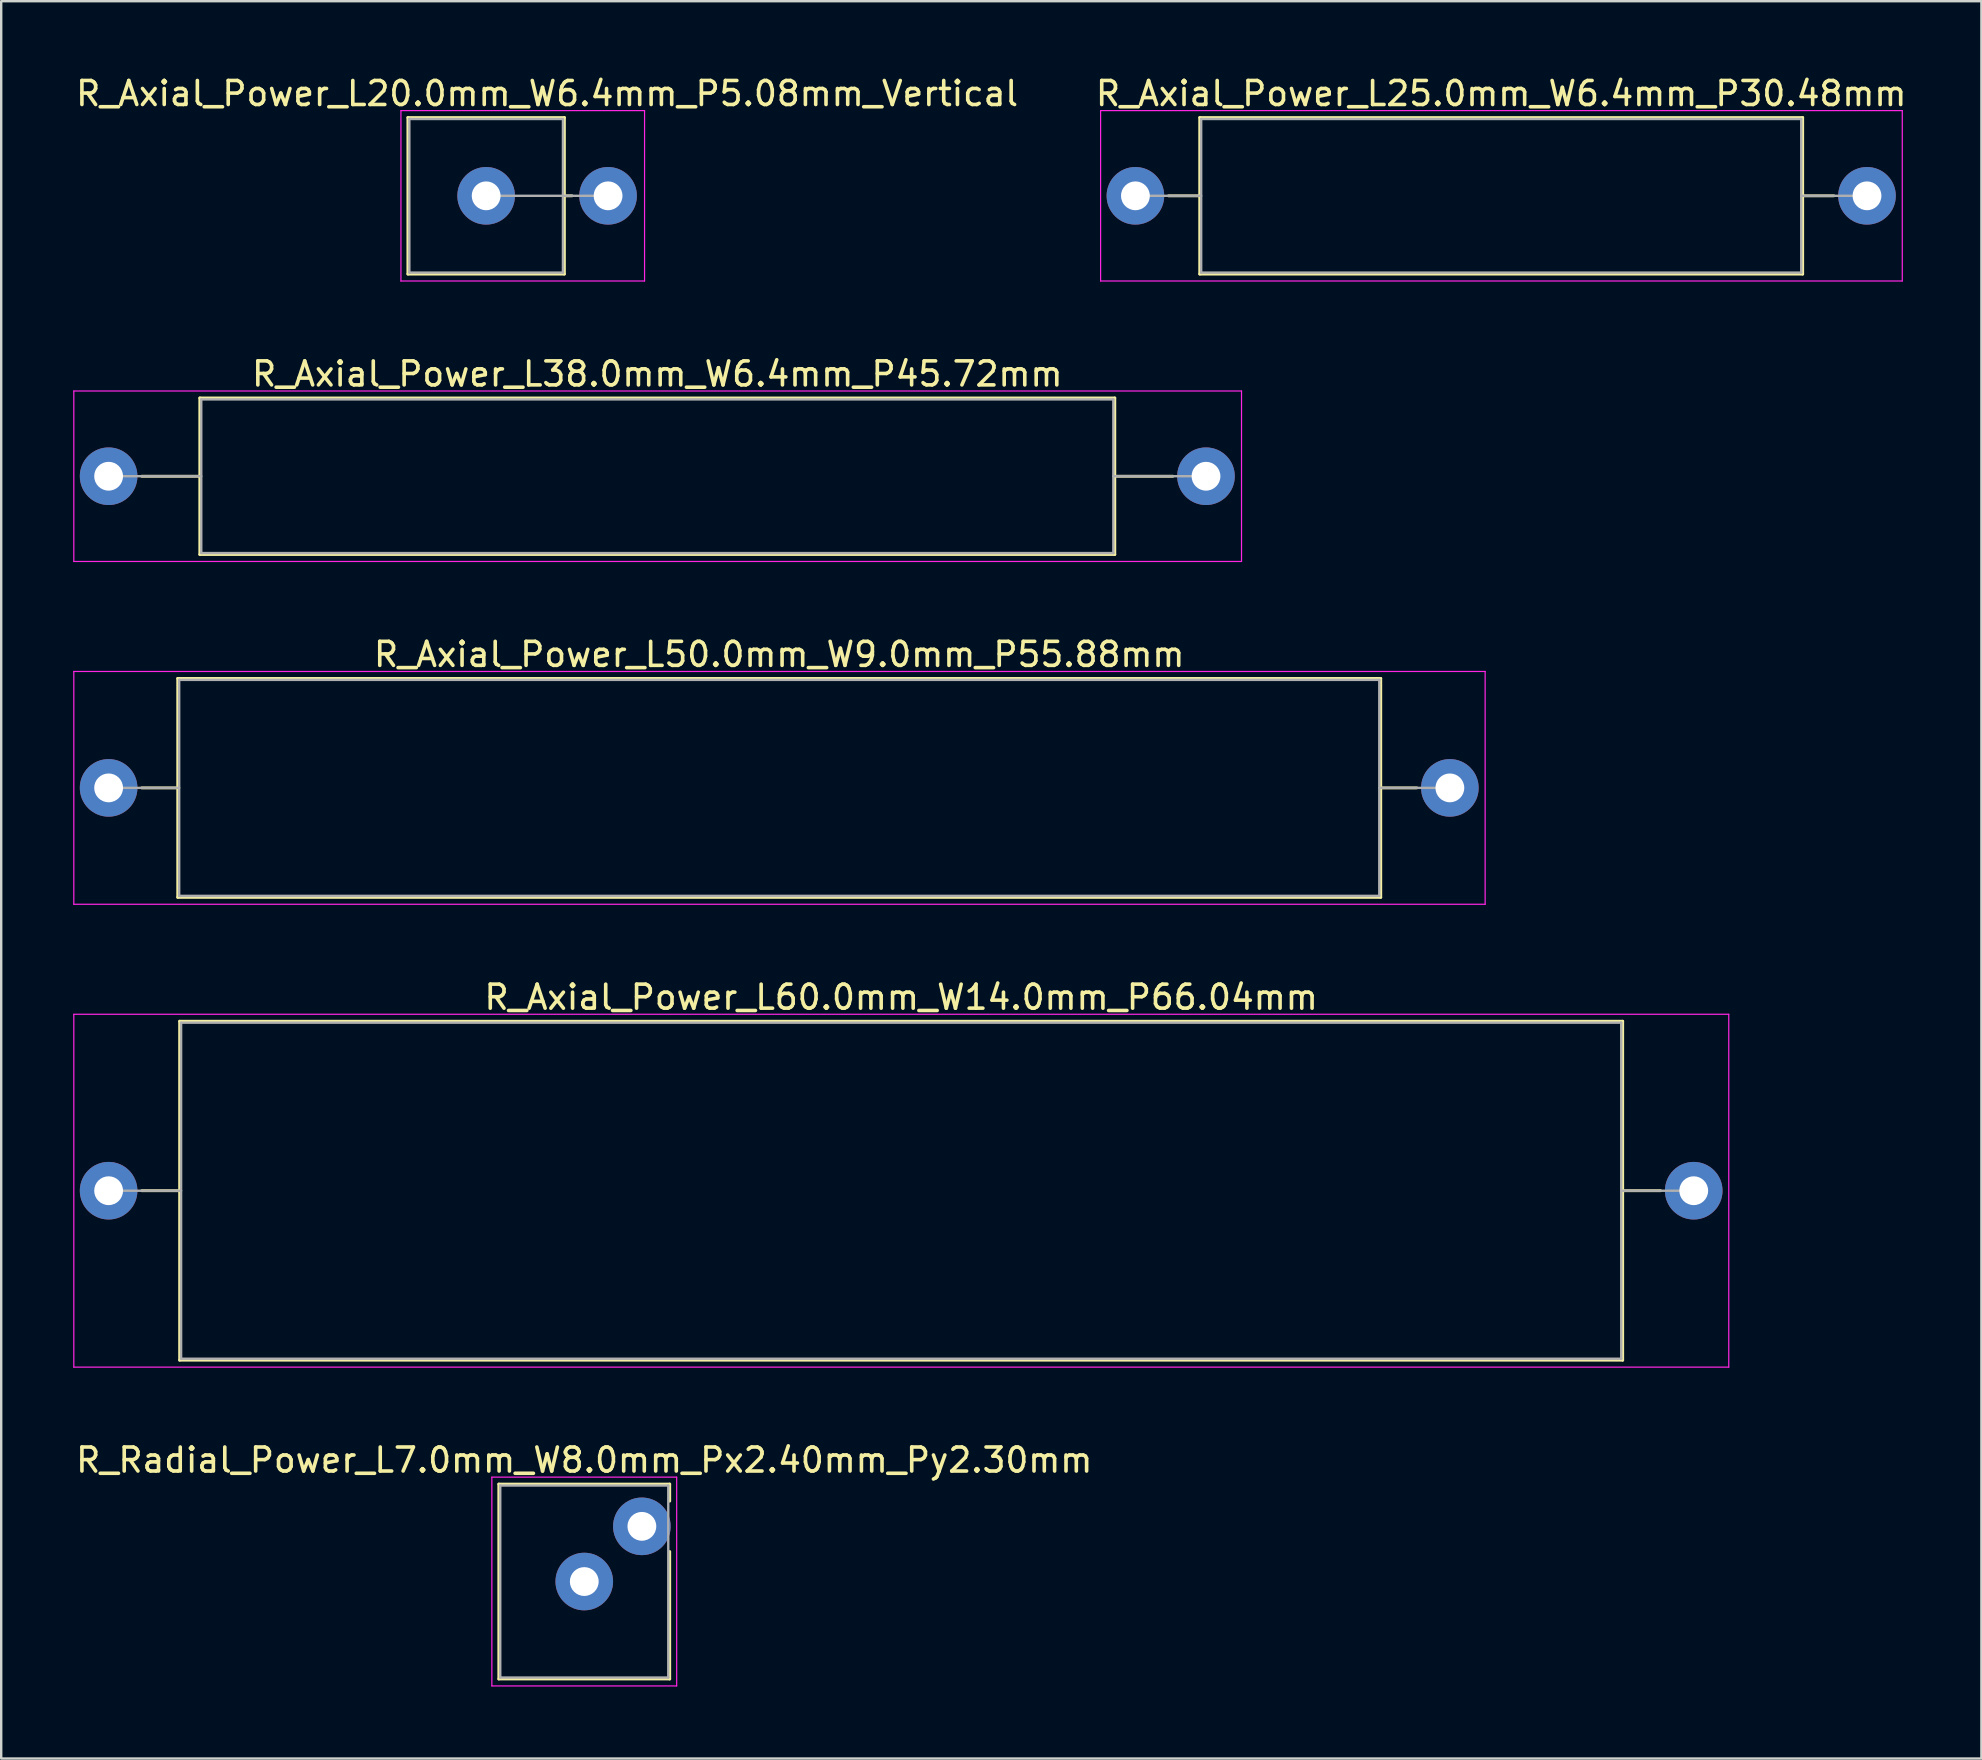
<source format=kicad_pcb>
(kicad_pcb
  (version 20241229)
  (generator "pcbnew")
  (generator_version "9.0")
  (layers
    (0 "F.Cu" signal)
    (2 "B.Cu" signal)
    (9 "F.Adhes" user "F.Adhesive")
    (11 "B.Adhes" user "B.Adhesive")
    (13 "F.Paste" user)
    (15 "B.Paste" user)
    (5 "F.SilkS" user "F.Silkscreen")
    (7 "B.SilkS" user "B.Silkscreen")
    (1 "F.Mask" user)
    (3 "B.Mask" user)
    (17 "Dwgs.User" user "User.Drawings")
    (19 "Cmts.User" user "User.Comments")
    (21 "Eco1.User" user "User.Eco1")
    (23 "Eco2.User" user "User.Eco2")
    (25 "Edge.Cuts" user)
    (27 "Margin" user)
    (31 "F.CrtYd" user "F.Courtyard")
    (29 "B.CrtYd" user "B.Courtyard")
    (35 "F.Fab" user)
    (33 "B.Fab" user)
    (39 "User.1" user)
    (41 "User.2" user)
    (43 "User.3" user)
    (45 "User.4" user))
  (footprint "R_Axial_Power_L25.0mm_W6.4mm_P30.48mm"
    (layer "F.Cu")
    (at 44.254 5.108)
    (property "Reference" "R_Axial_Power_L25.0mm_W6.4mm_P30.48mm" (at 15.24 -4.26 0) (layer "F.SilkS") (effects (font (size 1 1) (thickness 0.15))))
    (attr through_hole)
    (fp_line (start 1.38 0) (end 2.68 0) (stroke (width 0.12) (type solid)) (layer "F.SilkS"))
    (fp_line (start 2.68 -3.26) (end 2.68 3.26) (stroke (width 0.12) (type solid)) (layer "F.SilkS"))
    (fp_line (start 2.68 3.26) (end 27.8 3.26) (stroke (width 0.12) (type solid)) (layer "F.SilkS"))
    (fp_line (start 27.8 -3.26) (end 2.68 -3.26) (stroke (width 0.12) (type solid)) (layer "F.SilkS"))
    (fp_line (start 27.8 3.26) (end 27.8 -3.26) (stroke (width 0.12) (type solid)) (layer "F.SilkS"))
    (fp_line (start 29.1 0) (end 27.8 0) (stroke (width 0.12) (type solid)) (layer "F.SilkS"))
    (fp_line (start -1.45 -3.55) (end -1.45 3.55) (stroke (width 0.05) (type solid)) (layer "F.CrtYd"))
    (fp_line (start -1.45 3.55) (end 31.95 3.55) (stroke (width 0.05) (type solid)) (layer "F.CrtYd"))
    (fp_line (start 31.95 -3.55) (end -1.45 -3.55) (stroke (width 0.05) (type solid)) (layer "F.CrtYd"))
    (fp_line (start 31.95 3.55) (end 31.95 -3.55) (stroke (width 0.05) (type solid)) (layer "F.CrtYd"))
    (fp_line (start 0 0) (end 2.74 0) (stroke (width 0.1) (type solid)) (layer "F.Fab"))
    (fp_line (start 2.74 -3.2) (end 2.74 3.2) (stroke (width 0.1) (type solid)) (layer "F.Fab"))
    (fp_line (start 2.74 3.2) (end 27.74 3.2) (stroke (width 0.1) (type solid)) (layer "F.Fab"))
    (fp_line (start 27.74 -3.2) (end 2.74 -3.2) (stroke (width 0.1) (type solid)) (layer "F.Fab"))
    (fp_line (start 27.74 3.2) (end 27.74 -3.2) (stroke (width 0.1) (type solid)) (layer "F.Fab"))
    (fp_line (start 30.48 0) (end 27.74 0) (stroke (width 0.1) (type solid)) (layer "F.Fab"))
    (pad "1" thru_hole circle (at 0 0) (size 2.4 2.4) (drill 1.2) (layers "*.Cu" "*.Mask"))
    (pad "2" thru_hole oval (at 30.48 0) (size 2.4 2.4) (drill 1.2) (layers "*.Cu" "*.Mask")))
  (footprint "R_Axial_Power_L50.0mm_W9.0mm_P55.88mm"
    (layer "F.Cu")
    (at 1.475 29.775)
    (property "Reference" "R_Axial_Power_L50.0mm_W9.0mm_P55.88mm" (at 27.94 -5.56 0) (layer "F.SilkS") (effects (font (size 1 1) (thickness 0.15))))
    (attr through_hole)
    (fp_line (start 1.38 0) (end 2.88 0) (stroke (width 0.12) (type solid)) (layer "F.SilkS"))
    (fp_line (start 2.88 -4.56) (end 2.88 4.56) (stroke (width 0.12) (type solid)) (layer "F.SilkS"))
    (fp_line (start 2.88 4.56) (end 53 4.56) (stroke (width 0.12) (type solid)) (layer "F.SilkS"))
    (fp_line (start 53 -4.56) (end 2.88 -4.56) (stroke (width 0.12) (type solid)) (layer "F.SilkS"))
    (fp_line (start 53 4.56) (end 53 -4.56) (stroke (width 0.12) (type solid)) (layer "F.SilkS"))
    (fp_line (start 54.5 0) (end 53 0) (stroke (width 0.12) (type solid)) (layer "F.SilkS"))
    (fp_line (start -1.45 -4.85) (end -1.45 4.85) (stroke (width 0.05) (type solid)) (layer "F.CrtYd"))
    (fp_line (start -1.45 4.85) (end 57.35 4.85) (stroke (width 0.05) (type solid)) (layer "F.CrtYd"))
    (fp_line (start 57.35 -4.85) (end -1.45 -4.85) (stroke (width 0.05) (type solid)) (layer "F.CrtYd"))
    (fp_line (start 57.35 4.85) (end 57.35 -4.85) (stroke (width 0.05) (type solid)) (layer "F.CrtYd"))
    (fp_line (start 0 0) (end 2.94 0) (stroke (width 0.1) (type solid)) (layer "F.Fab"))
    (fp_line (start 2.94 -4.5) (end 2.94 4.5) (stroke (width 0.1) (type solid)) (layer "F.Fab"))
    (fp_line (start 2.94 4.5) (end 52.94 4.5) (stroke (width 0.1) (type solid)) (layer "F.Fab"))
    (fp_line (start 52.94 -4.5) (end 2.94 -4.5) (stroke (width 0.1) (type solid)) (layer "F.Fab"))
    (fp_line (start 52.94 4.5) (end 52.94 -4.5) (stroke (width 0.1) (type solid)) (layer "F.Fab"))
    (fp_line (start 55.88 0) (end 52.94 0) (stroke (width 0.1) (type solid)) (layer "F.Fab"))
    (pad "1" thru_hole circle (at 0 0) (size 2.4 2.4) (drill 1.2) (layers "*.Cu" "*.Mask"))
    (pad "2" thru_hole oval (at 55.88 0) (size 2.4 2.4) (drill 1.2) (layers "*.Cu" "*.Mask")))
  (footprint "R_Axial_Power_L38.0mm_W6.4mm_P45.72mm"
    (layer "F.Cu")
    (at 1.475 16.791)
    (property "Reference" "R_Axial_Power_L38.0mm_W6.4mm_P45.72mm" (at 22.86 -4.26 0) (layer "F.SilkS") (effects (font (size 1 1) (thickness 0.15))))
    (attr through_hole)
    (fp_line (start 1.38 0) (end 3.8 0) (stroke (width 0.12) (type solid)) (layer "F.SilkS"))
    (fp_line (start 3.8 -3.26) (end 3.8 3.26) (stroke (width 0.12) (type solid)) (layer "F.SilkS"))
    (fp_line (start 3.8 3.26) (end 41.92 3.26) (stroke (width 0.12) (type solid)) (layer "F.SilkS"))
    (fp_line (start 41.92 -3.26) (end 3.8 -3.26) (stroke (width 0.12) (type solid)) (layer "F.SilkS"))
    (fp_line (start 41.92 3.26) (end 41.92 -3.26) (stroke (width 0.12) (type solid)) (layer "F.SilkS"))
    (fp_line (start 44.34 0) (end 41.92 0) (stroke (width 0.12) (type solid)) (layer "F.SilkS"))
    (fp_line (start -1.45 -3.55) (end -1.45 3.55) (stroke (width 0.05) (type solid)) (layer "F.CrtYd"))
    (fp_line (start -1.45 3.55) (end 47.2 3.55) (stroke (width 0.05) (type solid)) (layer "F.CrtYd"))
    (fp_line (start 47.2 -3.55) (end -1.45 -3.55) (stroke (width 0.05) (type solid)) (layer "F.CrtYd"))
    (fp_line (start 47.2 3.55) (end 47.2 -3.55) (stroke (width 0.05) (type solid)) (layer "F.CrtYd"))
    (fp_line (start 0 0) (end 3.86 0) (stroke (width 0.1) (type solid)) (layer "F.Fab"))
    (fp_line (start 3.86 -3.2) (end 3.86 3.2) (stroke (width 0.1) (type solid)) (layer "F.Fab"))
    (fp_line (start 3.86 3.2) (end 41.86 3.2) (stroke (width 0.1) (type solid)) (layer "F.Fab"))
    (fp_line (start 41.86 -3.2) (end 3.86 -3.2) (stroke (width 0.1) (type solid)) (layer "F.Fab"))
    (fp_line (start 41.86 3.2) (end 41.86 -3.2) (stroke (width 0.1) (type solid)) (layer "F.Fab"))
    (fp_line (start 45.72 0) (end 41.86 0) (stroke (width 0.1) (type solid)) (layer "F.Fab"))
    (pad "1" thru_hole circle (at 0 0) (size 2.4 2.4) (drill 1.2) (layers "*.Cu" "*.Mask"))
    (pad "2" thru_hole oval (at 45.72 0) (size 2.4 2.4) (drill 1.2) (layers "*.Cu" "*.Mask")))
  (footprint "R_Radial_Power_L7.0mm_W8.0mm_Px2.40mm_Py2.30mm"
    (layer "F.Cu")
    (at 21.292 62.841)
    (property "Reference" "R_Radial_Power_L7.0mm_W8.0mm_Px2.40mm_Py2.30mm" (at 0 -5.06 0) (layer "F.SilkS") (effects (font (size 1 1) (thickness 0.15))))
    (attr through_hole)
    (fp_line (start -3.56 -4.06) (end -3.56 4.06) (stroke (width 0.12) (type solid)) (layer "F.SilkS"))
    (fp_line (start -3.56 -4.06) (end 3.56 -4.06) (stroke (width 0.12) (type solid)) (layer "F.SilkS"))
    (fp_line (start -3.56 4.06) (end 3.56 4.06) (stroke (width 0.12) (type solid)) (layer "F.SilkS"))
    (fp_line (start 3.56 -4.06) (end 3.56 -3.35) (stroke (width 0.12) (type solid)) (layer "F.SilkS"))
    (fp_line (start 3.56 -1.25) (end 3.56 4.06) (stroke (width 0.12) (type solid)) (layer "F.SilkS"))
    (fp_line (start -3.85 -4.35) (end -3.85 4.35) (stroke (width 0.05) (type solid)) (layer "F.CrtYd"))
    (fp_line (start -3.85 4.35) (end 3.85 4.35) (stroke (width 0.05) (type solid)) (layer "F.CrtYd"))
    (fp_line (start 3.85 -4.35) (end -3.85 -4.35) (stroke (width 0.05) (type solid)) (layer "F.CrtYd"))
    (fp_line (start 3.85 4.35) (end 3.85 -4.35) (stroke (width 0.05) (type solid)) (layer "F.CrtYd"))
    (fp_line (start -3.5 -4) (end -3.5 4) (stroke (width 0.1) (type solid)) (layer "F.Fab"))
    (fp_line (start -3.5 4) (end 3.5 4) (stroke (width 0.1) (type solid)) (layer "F.Fab"))
    (fp_line (start 3.5 -4) (end -3.5 -4) (stroke (width 0.1) (type solid)) (layer "F.Fab"))
    (fp_line (start 3.5 4) (end 3.5 -4) (stroke (width 0.1) (type solid)) (layer "F.Fab"))
    (pad "1" thru_hole circle (at 0 0) (size 2.4 2.4) (drill 1.2) (layers "*.Cu" "*.Mask"))
    (pad "2" thru_hole circle (at 2.4 -2.3) (size 2.4 2.4) (drill 1.2) (layers "*.Cu" "*.Mask")))
  (footprint "R_Axial_Power_L20.0mm_W6.4mm_P5.08mm_Vertical"
    (layer "F.Cu")
    (at 17.204 5.108)
    (property "Reference" "R_Axial_Power_L20.0mm_W6.4mm_P5.08mm_Vertical" (at 2.54 -4.26 0) (layer "F.SilkS") (effects (font (size 1 1) (thickness 0.15))))
    (attr through_hole)
    (fp_line (start -3.26 -3.26) (end -3.26 3.26) (stroke (width 0.12) (type solid)) (layer "F.SilkS"))
    (fp_line (start -3.26 3.26) (end 3.26 3.26) (stroke (width 0.12) (type solid)) (layer "F.SilkS"))
    (fp_line (start 3.26 -3.26) (end -3.26 -3.26) (stroke (width 0.12) (type solid)) (layer "F.SilkS"))
    (fp_line (start 3.26 0) (end 3.58 0) (stroke (width 0.12) (type solid)) (layer "F.SilkS"))
    (fp_line (start 3.26 3.26) (end 3.26 -3.26) (stroke (width 0.12) (type solid)) (layer "F.SilkS"))
    (fp_line (start -3.55 -3.55) (end -3.55 3.55) (stroke (width 0.05) (type solid)) (layer "F.CrtYd"))
    (fp_line (start -3.55 3.55) (end 6.6 3.55) (stroke (width 0.05) (type solid)) (layer "F.CrtYd"))
    (fp_line (start 6.6 -3.55) (end -3.55 -3.55) (stroke (width 0.05) (type solid)) (layer "F.CrtYd"))
    (fp_line (start 6.6 3.55) (end 6.6 -3.55) (stroke (width 0.05) (type solid)) (layer "F.CrtYd"))
    (fp_line (start -3.2 -3.2) (end -3.2 3.2) (stroke (width 0.1) (type solid)) (layer "F.Fab"))
    (fp_line (start -3.2 3.2) (end 3.2 3.2) (stroke (width 0.1) (type solid)) (layer "F.Fab"))
    (fp_line (start 0 0) (end 5.08 0) (stroke (width 0.1) (type solid)) (layer "F.Fab"))
    (fp_line (start 3.2 -3.2) (end -3.2 -3.2) (stroke (width 0.1) (type solid)) (layer "F.Fab"))
    (fp_line (start 3.2 3.2) (end 3.2 -3.2) (stroke (width 0.1) (type solid)) (layer "F.Fab"))
    (pad "1" thru_hole circle (at 0 0) (size 2.4 2.4) (drill 1.2) (layers "*.Cu" "*.Mask"))
    (pad "2" thru_hole oval (at 5.08 0) (size 2.4 2.4) (drill 1.2) (layers "*.Cu" "*.Mask")))
  (footprint "R_Axial_Power_L60.0mm_W14.0mm_P66.04mm"
    (layer "F.Cu")
    (at 1.475 46.558)
    (property "Reference" "R_Axial_Power_L60.0mm_W14.0mm_P66.04mm" (at 33.02 -8.06 0) (layer "F.SilkS") (effects (font (size 1 1) (thickness 0.15))))
    (attr through_hole)
    (fp_line (start 1.38 0) (end 2.96 0) (stroke (width 0.12) (type solid)) (layer "F.SilkS"))
    (fp_line (start 2.96 -7.06) (end 2.96 7.06) (stroke (width 0.12) (type solid)) (layer "F.SilkS"))
    (fp_line (start 2.96 7.06) (end 63.08 7.06) (stroke (width 0.12) (type solid)) (layer "F.SilkS"))
    (fp_line (start 63.08 -7.06) (end 2.96 -7.06) (stroke (width 0.12) (type solid)) (layer "F.SilkS"))
    (fp_line (start 63.08 7.06) (end 63.08 -7.06) (stroke (width 0.12) (type solid)) (layer "F.SilkS"))
    (fp_line (start 64.66 0) (end 63.08 0) (stroke (width 0.12) (type solid)) (layer "F.SilkS"))
    (fp_line (start -1.45 -7.35) (end -1.45 7.35) (stroke (width 0.05) (type solid)) (layer "F.CrtYd"))
    (fp_line (start -1.45 7.35) (end 67.5 7.35) (stroke (width 0.05) (type solid)) (layer "F.CrtYd"))
    (fp_line (start 67.5 -7.35) (end -1.45 -7.35) (stroke (width 0.05) (type solid)) (layer "F.CrtYd"))
    (fp_line (start 67.5 7.35) (end 67.5 -7.35) (stroke (width 0.05) (type solid)) (layer "F.CrtYd"))
    (fp_line (start 0 0) (end 3.02 0) (stroke (width 0.1) (type solid)) (layer "F.Fab"))
    (fp_line (start 3.02 -7) (end 3.02 7) (stroke (width 0.1) (type solid)) (layer "F.Fab"))
    (fp_line (start 3.02 7) (end 63.02 7) (stroke (width 0.1) (type solid)) (layer "F.Fab"))
    (fp_line (start 63.02 -7) (end 3.02 -7) (stroke (width 0.1) (type solid)) (layer "F.Fab"))
    (fp_line (start 63.02 7) (end 63.02 -7) (stroke (width 0.1) (type solid)) (layer "F.Fab"))
    (fp_line (start 66.04 0) (end 63.02 0) (stroke (width 0.1) (type solid)) (layer "F.Fab"))
    (pad "1" thru_hole circle (at 0 0) (size 2.4 2.4) (drill 1.2) (layers "*.Cu" "*.Mask"))
    (pad "2" thru_hole oval (at 66.04 0) (size 2.4 2.4) (drill 1.2) (layers "*.Cu" "*.Mask")))
  (gr_rect
    (start -3 -3)
    (end 79.5 70.216)
    (stroke (width 0.1) (type default))
    (fill no)
    (layer "Edge.Cuts")))
</source>
